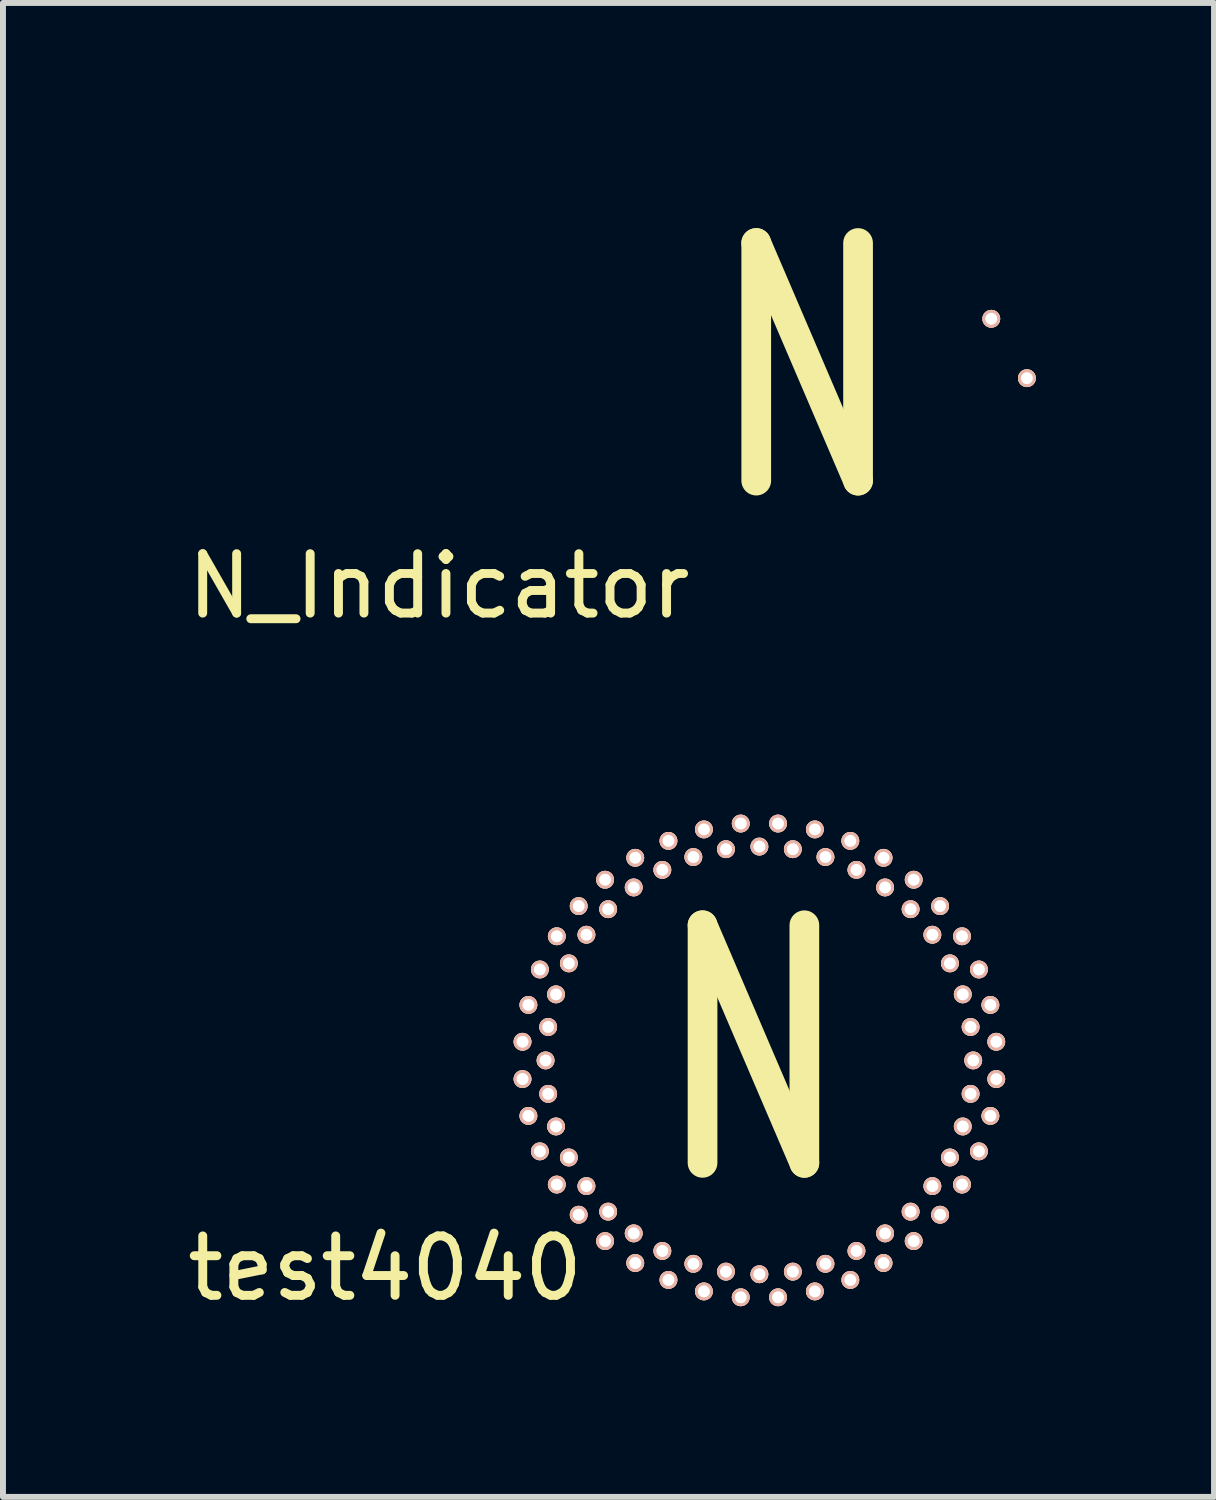
<source format=kicad_pcb>
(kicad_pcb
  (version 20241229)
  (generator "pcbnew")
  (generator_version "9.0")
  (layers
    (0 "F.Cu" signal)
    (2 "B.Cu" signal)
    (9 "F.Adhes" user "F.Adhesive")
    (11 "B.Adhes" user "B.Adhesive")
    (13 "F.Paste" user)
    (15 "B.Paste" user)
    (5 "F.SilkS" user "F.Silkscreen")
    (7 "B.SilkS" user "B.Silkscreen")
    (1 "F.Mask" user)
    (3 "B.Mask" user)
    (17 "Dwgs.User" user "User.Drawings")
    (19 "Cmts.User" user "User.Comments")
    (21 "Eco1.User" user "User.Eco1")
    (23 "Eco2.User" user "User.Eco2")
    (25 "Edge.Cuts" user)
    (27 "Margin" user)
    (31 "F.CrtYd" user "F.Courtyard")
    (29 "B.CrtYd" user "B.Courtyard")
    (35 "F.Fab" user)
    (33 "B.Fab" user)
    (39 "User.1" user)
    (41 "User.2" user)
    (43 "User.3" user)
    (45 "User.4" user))
  (footprint "test4040"
    (layer "F.Cu")
    (at 9.735 14.803)
    (property "Reference" "test4040" (at -6.3 3.5 0) (layer "F.SilkS") (effects (font (size 1 1) (thickness 0.15))))
    (attr through_hole)
    (fp_text user "N" (at -0.1 -0.1 0) (layer "F.SilkS") (effects (font (size 4 3) (thickness 0.5))))
    (pad "1" thru_hole circle (at 0 3.6) (size 0.3 0.3) (drill 0.2) (layers "*.Cu" "*.SilkS"))
    (pad "2" thru_hole circle (at 0.563 3.556) (size 0.3 0.3) (drill 0.2) (layers "*.Cu" "*.SilkS"))
    (pad "3" thru_hole circle (at 1.112 3.424) (size 0.3 0.3) (drill 0.2) (layers "*.Cu" "*.SilkS"))
    (pad "4" thru_hole circle (at 1.634 3.208) (size 0.3 0.3) (drill 0.2) (layers "*.Cu" "*.SilkS"))
    (pad "5" thru_hole circle (at 2.116 2.912) (size 0.3 0.3) (drill 0.2) (layers "*.Cu" "*.SilkS"))
    (pad "6" thru_hole circle (at 2.546 2.546) (size 0.3 0.3) (drill 0.2) (layers "*.Cu" "*.SilkS"))
    (pad "7" thru_hole circle (at 2.912 2.116) (size 0.3 0.3) (drill 0.2) (layers "*.Cu" "*.SilkS"))
    (pad "8" thru_hole circle (at 3.208 1.634) (size 0.3 0.3) (drill 0.2) (layers "*.Cu" "*.SilkS"))
    (pad "9" thru_hole circle (at 3.424 1.112) (size 0.3 0.3) (drill 0.2) (layers "*.Cu" "*.SilkS"))
    (pad "10" thru_hole circle (at 3.556 0.563) (size 0.3 0.3) (drill 0.2) (layers "*.Cu" "*.SilkS"))
    (pad "11" thru_hole circle (at 3.6 0) (size 0.3 0.3) (drill 0.2) (layers "*.Cu" "*.SilkS"))
    (pad "12" thru_hole circle (at 3.556 -0.563) (size 0.3 0.3) (drill 0.2) (layers "*.Cu" "*.SilkS"))
    (pad "13" thru_hole circle (at 3.424 -1.112) (size 0.3 0.3) (drill 0.2) (layers "*.Cu" "*.SilkS"))
    (pad "14" thru_hole circle (at 3.208 -1.634) (size 0.3 0.3) (drill 0.2) (layers "*.Cu" "*.SilkS"))
    (pad "15" thru_hole circle (at 2.912 -2.116) (size 0.3 0.3) (drill 0.2) (layers "*.Cu" "*.SilkS"))
    (pad "16" thru_hole circle (at 2.546 -2.546) (size 0.3 0.3) (drill 0.2) (layers "*.Cu" "*.SilkS"))
    (pad "17" thru_hole circle (at 2.116 -2.912) (size 0.3 0.3) (drill 0.2) (layers "*.Cu" "*.SilkS"))
    (pad "18" thru_hole circle (at 1.634 -3.208) (size 0.3 0.3) (drill 0.2) (layers "*.Cu" "*.SilkS"))
    (pad "19" thru_hole circle (at 1.112 -3.424) (size 0.3 0.3) (drill 0.2) (layers "*.Cu" "*.SilkS"))
    (pad "20" thru_hole circle (at 0.563 -3.556) (size 0.3 0.3) (drill 0.2) (layers "*.Cu" "*.SilkS"))
    (pad "21" thru_hole circle (at 0 -3.6) (size 0.3 0.3) (drill 0.2) (layers "*.Cu" "*.SilkS"))
    (pad "22" thru_hole circle (at -0.563 -3.556) (size 0.3 0.3) (drill 0.2) (layers "*.Cu" "*.SilkS"))
    (pad "23" thru_hole circle (at -1.112 -3.424) (size 0.3 0.3) (drill 0.2) (layers "*.Cu" "*.SilkS"))
    (pad "24" thru_hole circle (at -1.634 -3.208) (size 0.3 0.3) (drill 0.2) (layers "*.Cu" "*.SilkS"))
    (pad "25" thru_hole circle (at -2.116 -2.912) (size 0.3 0.3) (drill 0.2) (layers "*.Cu" "*.SilkS"))
    (pad "26" thru_hole circle (at -2.546 -2.546) (size 0.3 0.3) (drill 0.2) (layers "*.Cu" "*.SilkS"))
    (pad "27" thru_hole circle (at -2.912 -2.116) (size 0.3 0.3) (drill 0.2) (layers "*.Cu" "*.SilkS"))
    (pad "28" thru_hole circle (at -3.208 -1.634) (size 0.3 0.3) (drill 0.2) (layers "*.Cu" "*.SilkS"))
    (pad "29" thru_hole circle (at -3.424 -1.112) (size 0.3 0.3) (drill 0.2) (layers "*.Cu" "*.SilkS"))
    (pad "30" thru_hole circle (at -3.556 -0.563) (size 0.3 0.3) (drill 0.2) (layers "*.Cu" "*.SilkS"))
    (pad "31" thru_hole circle (at -3.6 0) (size 0.3 0.3) (drill 0.2) (layers "*.Cu" "*.SilkS"))
    (pad "32" thru_hole circle (at -3.556 0.563) (size 0.3 0.3) (drill 0.2) (layers "*.Cu" "*.SilkS"))
    (pad "33" thru_hole circle (at -3.424 1.112) (size 0.3 0.3) (drill 0.2) (layers "*.Cu" "*.SilkS"))
    (pad "34" thru_hole circle (at -3.208 1.634) (size 0.3 0.3) (drill 0.2) (layers "*.Cu" "*.SilkS"))
    (pad "35" thru_hole circle (at -2.912 2.116) (size 0.3 0.3) (drill 0.2) (layers "*.Cu" "*.SilkS"))
    (pad "36" thru_hole circle (at -2.546 2.546) (size 0.3 0.3) (drill 0.2) (layers "*.Cu" "*.SilkS"))
    (pad "37" thru_hole circle (at -2.116 2.912) (size 0.3 0.3) (drill 0.2) (layers "*.Cu" "*.SilkS"))
    (pad "38" thru_hole circle (at -1.634 3.208) (size 0.3 0.3) (drill 0.2) (layers "*.Cu" "*.SilkS"))
    (pad "39" thru_hole circle (at -1.112 3.424) (size 0.3 0.3) (drill 0.2) (layers "*.Cu" "*.SilkS"))
    (pad "40" thru_hole circle (at -0.563 3.556) (size 0.3 0.3) (drill 0.2) (layers "*.Cu" "*.SilkS"))
    (pad "41" thru_hole circle (at 0.314 3.988) (size 0.3 0.3) (drill 0.2) (layers "*.Cu" "*.SilkS"))
    (pad "42" thru_hole circle (at 0.934 3.889) (size 0.3 0.3) (drill 0.2) (layers "*.Cu" "*.SilkS"))
    (pad "43" thru_hole circle (at 1.531 3.696) (size 0.3 0.3) (drill 0.2) (layers "*.Cu" "*.SilkS"))
    (pad "44" thru_hole circle (at 2.09 3.411) (size 0.3 0.3) (drill 0.2) (layers "*.Cu" "*.SilkS"))
    (pad "45" thru_hole circle (at 2.598 3.042) (size 0.3 0.3) (drill 0.2) (layers "*.Cu" "*.SilkS"))
    (pad "46" thru_hole circle (at 3.042 2.598) (size 0.3 0.3) (drill 0.2) (layers "*.Cu" "*.SilkS"))
    (pad "47" thru_hole circle (at 3.411 2.09) (size 0.3 0.3) (drill 0.2) (layers "*.Cu" "*.SilkS"))
    (pad "48" thru_hole circle (at 3.696 1.531) (size 0.3 0.3) (drill 0.2) (layers "*.Cu" "*.SilkS"))
    (pad "49" thru_hole circle (at 3.889 0.934) (size 0.3 0.3) (drill 0.2) (layers "*.Cu" "*.SilkS"))
    (pad "50" thru_hole circle (at 3.988 0.314) (size 0.3 0.3) (drill 0.2) (layers "*.Cu" "*.SilkS"))
    (pad "51" thru_hole circle (at 3.988 -0.314) (size 0.3 0.3) (drill 0.2) (layers "*.Cu" "*.SilkS"))
    (pad "52" thru_hole circle (at 3.889 -0.934) (size 0.3 0.3) (drill 0.2) (layers "*.Cu" "*.SilkS"))
    (pad "53" thru_hole circle (at 3.696 -1.531) (size 0.3 0.3) (drill 0.2) (layers "*.Cu" "*.SilkS"))
    (pad "54" thru_hole circle (at 3.411 -2.09) (size 0.3 0.3) (drill 0.2) (layers "*.Cu" "*.SilkS"))
    (pad "55" thru_hole circle (at 3.042 -2.598) (size 0.3 0.3) (drill 0.2) (layers "*.Cu" "*.SilkS"))
    (pad "56" thru_hole circle (at 2.598 -3.042) (size 0.3 0.3) (drill 0.2) (layers "*.Cu" "*.SilkS"))
    (pad "57" thru_hole circle (at 2.09 -3.411) (size 0.3 0.3) (drill 0.2) (layers "*.Cu" "*.SilkS"))
    (pad "58" thru_hole circle (at 1.531 -3.696) (size 0.3 0.3) (drill 0.2) (layers "*.Cu" "*.SilkS"))
    (pad "59" thru_hole circle (at 0.934 -3.889) (size 0.3 0.3) (drill 0.2) (layers "*.Cu" "*.SilkS"))
    (pad "60" thru_hole circle (at 0.314 -3.988) (size 0.3 0.3) (drill 0.2) (layers "*.Cu" "*.SilkS"))
    (pad "61" thru_hole circle (at -0.314 -3.988) (size 0.3 0.3) (drill 0.2) (layers "*.Cu" "*.SilkS"))
    (pad "62" thru_hole circle (at -0.934 -3.889) (size 0.3 0.3) (drill 0.2) (layers "*.Cu" "*.SilkS"))
    (pad "63" thru_hole circle (at -1.531 -3.696) (size 0.3 0.3) (drill 0.2) (layers "*.Cu" "*.SilkS"))
    (pad "64" thru_hole circle (at -2.09 -3.411) (size 0.3 0.3) (drill 0.2) (layers "*.Cu" "*.SilkS"))
    (pad "65" thru_hole circle (at -2.598 -3.042) (size 0.3 0.3) (drill 0.2) (layers "*.Cu" "*.SilkS"))
    (pad "66" thru_hole circle (at -3.042 -2.598) (size 0.3 0.3) (drill 0.2) (layers "*.Cu" "*.SilkS"))
    (pad "67" thru_hole circle (at -3.411 -2.09) (size 0.3 0.3) (drill 0.2) (layers "*.Cu" "*.SilkS"))
    (pad "68" thru_hole circle (at -3.696 -1.531) (size 0.3 0.3) (drill 0.2) (layers "*.Cu" "*.SilkS"))
    (pad "69" thru_hole circle (at -3.889 -0.934) (size 0.3 0.3) (drill 0.2) (layers "*.Cu" "*.SilkS"))
    (pad "70" thru_hole circle (at -3.988 -0.314) (size 0.3 0.3) (drill 0.2) (layers "*.Cu" "*.SilkS"))
    (pad "71" thru_hole circle (at -3.988 0.314) (size 0.3 0.3) (drill 0.2) (layers "*.Cu" "*.SilkS"))
    (pad "72" thru_hole circle (at -3.889 0.934) (size 0.3 0.3) (drill 0.2) (layers "*.Cu" "*.SilkS"))
    (pad "73" thru_hole circle (at -3.696 1.531) (size 0.3 0.3) (drill 0.2) (layers "*.Cu" "*.SilkS"))
    (pad "74" thru_hole circle (at -3.411 2.09) (size 0.3 0.3) (drill 0.2) (layers "*.Cu" "*.SilkS"))
    (pad "75" thru_hole circle (at -3.042 2.598) (size 0.3 0.3) (drill 0.2) (layers "*.Cu" "*.SilkS"))
    (pad "76" thru_hole circle (at -2.598 3.042) (size 0.3 0.3) (drill 0.2) (layers "*.Cu" "*.SilkS"))
    (pad "77" thru_hole circle (at -2.09 3.411) (size 0.3 0.3) (drill 0.2) (layers "*.Cu" "*.SilkS"))
    (pad "78" thru_hole circle (at -1.531 3.696) (size 0.3 0.3) (drill 0.2) (layers "*.Cu" "*.SilkS"))
    (pad "79" thru_hole circle (at -0.934 3.889) (size 0.3 0.3) (drill 0.2) (layers "*.Cu" "*.SilkS"))
    (pad "80" thru_hole circle (at -0.314 3.988) (size 0.3 0.3) (drill 0.2) (layers "*.Cu" "*.SilkS")))
  (footprint "N_Indicator"
    (layer "F.Cu")
    (at 10.639 3.317)
    (property "Reference" "N_Indicator" (at -6.3 3.5 0) (layer "F.SilkS") (effects (font (size 1 1) (thickness 0.15))))
    (attr through_hole)
    (fp_text user "N" (at -0.1 -0.1 0) (layer "F.SilkS") (effects (font (size 4 3) (thickness 0.5))))
    (pad "1" thru_hole circle (at 3.6 0) (size 0.3 0.3) (drill 0.2) (layers "*.Cu" "*.SilkS"))
    (pad "2" thru_hole circle (at 3 -1) (size 0.3 0.3) (drill 0.2) (layers "*.Cu" "*.SilkS")))
  (gr_rect
    (start -3 -3)
    (end 17.389 22.152)
    (stroke (width 0.1) (type default))
    (fill no)
    (layer "Edge.Cuts")))
</source>
